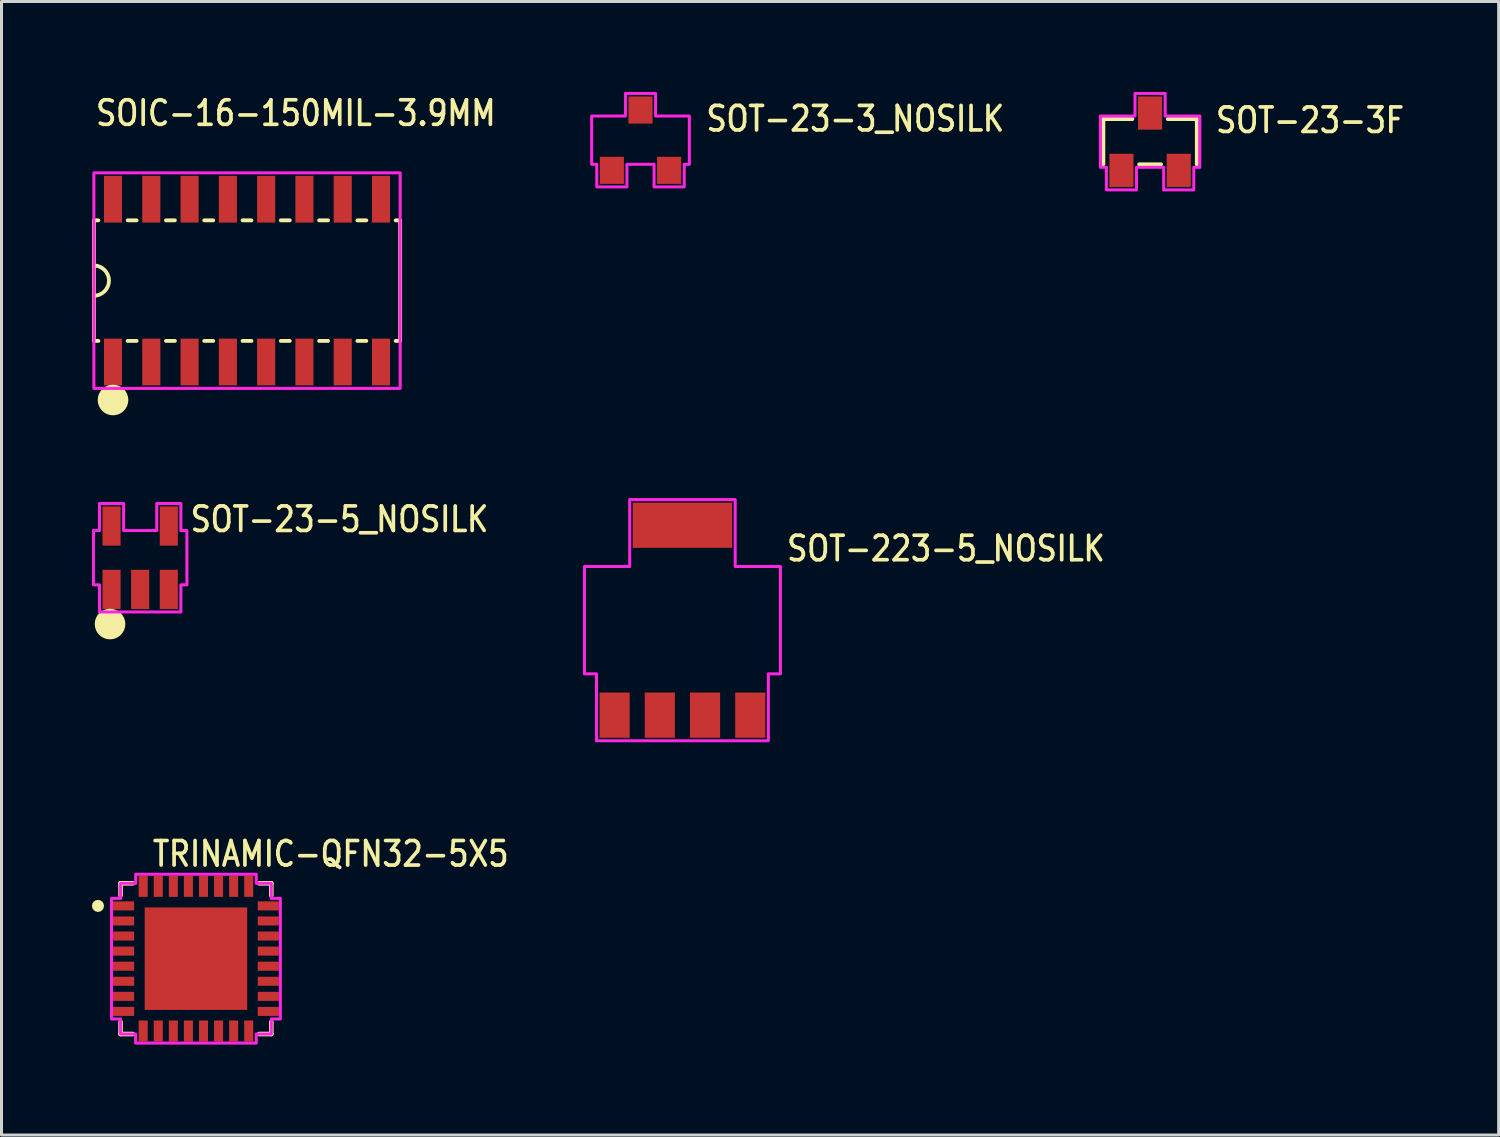
<source format=kicad_pcb>
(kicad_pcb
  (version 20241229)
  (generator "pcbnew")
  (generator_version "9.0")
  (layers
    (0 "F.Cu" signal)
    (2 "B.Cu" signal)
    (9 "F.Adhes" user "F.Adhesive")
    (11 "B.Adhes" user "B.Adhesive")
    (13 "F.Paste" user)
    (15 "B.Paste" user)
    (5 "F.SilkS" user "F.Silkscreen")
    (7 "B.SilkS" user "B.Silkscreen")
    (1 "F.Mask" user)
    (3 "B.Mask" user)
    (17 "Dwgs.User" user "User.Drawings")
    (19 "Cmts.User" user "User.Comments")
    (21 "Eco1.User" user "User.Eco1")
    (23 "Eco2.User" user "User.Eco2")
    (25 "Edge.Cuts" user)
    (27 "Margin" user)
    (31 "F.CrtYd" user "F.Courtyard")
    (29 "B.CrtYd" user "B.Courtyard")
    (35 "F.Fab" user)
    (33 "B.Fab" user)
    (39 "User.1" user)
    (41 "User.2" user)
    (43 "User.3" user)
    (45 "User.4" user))
  (footprint "SOT-23-5_NOSILK"
    (layer "F.Cu")
    (at 1.6 15.451)
    (property "Reference" "SOT-23-5_NOSILK" (at 1.6 -0.8 0) (unlocked yes) (layer "F.SilkS") (effects (font (size 0.813 0.695) (thickness 0.122)) (justify left bottom)))
    (fp_circle (center -1 2.2) (end -1 2.2) (stroke (width 0.508) (type solid)) (fill no) (layer "F.SilkS"))
    (fp_poly (pts (xy -1.35 -1.8) (xy -0.55 -1.8) (xy -0.55 -0.9) (xy 0.55 -0.9) (xy 0.55 -1.8) (xy 1.35 -1.8) (xy 1.35 -0.9) (xy 1.55 -0.9) (xy 1.55 0.9) (xy 1.35 0.9) (xy 1.35 1.8) (xy -1.35 1.8) (xy -1.35 0.9) (xy -1.55 0.9) (xy -1.55 -0.9) (xy -1.35 -0.9)) (stroke (width 0.1) (type solid)) (fill no) (layer "F.CrtYd"))
    (pad "P$1" smd rect (at -0.95 1.05) (size 0.6 1.3) (layers "F.Cu" "F.Mask" "F.Paste"))
    (pad "P$2" smd rect (at 0 1.05) (size 0.6 1.3) (layers "F.Cu" "F.Mask" "F.Paste"))
    (pad "P$3" smd rect (at 0.95 1.05) (size 0.6 1.3) (layers "F.Cu" "F.Mask" "F.Paste"))
    (pad "P$4" smd rect (at 0.95 -1.05) (size 0.6 1.3) (layers "F.Cu" "F.Mask" "F.Paste"))
    (pad "P$5" smd rect (at -0.95 -1.05) (size 0.6 1.3) (layers "F.Cu" "F.Mask" "F.Paste")))
  (footprint "SOT-23-3_NOSILK"
    (layer "F.Cu")
    (at 18.197 1.6)
    (property "Reference" "SOT-23-3_NOSILK" (at 2.115 -0.235 0) (unlocked yes) (layer "F.SilkS") (effects (font (size 0.813 0.695) (thickness 0.122)) (justify left bottom)))
    (fp_poly (pts (xy -0.5 -0.8) (xy -0.5 -1.55) (xy 0.5 -1.55) (xy 0.5 -0.8) (xy 1.62 -0.8) (xy 1.62 0.8) (xy 1.45 0.8) (xy 1.45 1.55) (xy 0.45 1.55) (xy 0.45 0.8) (xy -0.45 0.8) (xy -0.45 1.55) (xy -1.45 1.55) (xy -1.45 0.8) (xy -1.62 0.8) (xy -1.62 -0.8)) (stroke (width 0.1) (type solid)) (fill no) (layer "F.CrtYd"))
    (pad "P$1" smd rect (at -0.95 1) (size 0.8 0.9) (layers "F.Cu" "F.Mask" "F.Paste"))
    (pad "P$2" smd rect (at 0.95 1) (size 0.8 0.9) (layers "F.Cu" "F.Mask" "F.Paste"))
    (pad "P$3" smd rect (at 0 -1) (size 0.8 0.9) (layers "F.Cu" "F.Mask" "F.Paste")))
  (footprint "SOT-23-3F"
    (layer "F.Cu")
    (at 35.101 1.65)
    (property "Reference" "SOT-23-3F" (at 2.115 -0.235 0) (unlocked yes) (layer "F.SilkS") (effects (font (size 0.813 0.695) (thickness 0.122)) (justify left bottom)))
    (fp_line (start -1.55 -0.75) (end -1.55 0.75) (stroke (width 0.127) (type solid)) (layer "F.SilkS"))
    (fp_line (start -0.587 -0.75) (end -1.55 -0.75) (stroke (width 0.127) (type solid)) (layer "F.SilkS"))
    (fp_line (start -0.363 0.75) (end 0.363 0.75) (stroke (width 0.127) (type solid)) (layer "F.SilkS"))
    (fp_line (start 0.587 -0.75) (end 1.55 -0.75) (stroke (width 0.127) (type solid)) (layer "F.SilkS"))
    (fp_line (start 1.55 -0.75) (end 1.55 0.75) (stroke (width 0.127) (type solid)) (layer "F.SilkS"))
    (fp_poly (pts (xy -0.5 -0.85) (xy -0.5 -1.6) (xy 0.5 -1.6) (xy 0.5 -0.85) (xy 1.65 -0.85) (xy 1.65 0.85) (xy 1.45 0.85) (xy 1.45 1.6) (xy 0.45 1.6) (xy 0.45 0.85) (xy -0.45 0.85) (xy -0.45 1.6) (xy -1.45 1.6) (xy -1.45 0.85) (xy -1.65 0.85) (xy -1.65 -0.85)) (stroke (width 0.1) (type solid)) (fill no) (layer "F.CrtYd"))
    (pad "P$1" smd rect (at -0.95 0.95) (size 0.8 1.1) (layers "F.Cu" "F.Mask" "F.Paste"))
    (pad "P$2" smd rect (at 0.95 0.95) (size 0.8 1.1) (layers "F.Cu" "F.Mask" "F.Paste"))
    (pad "P$3" smd rect (at 0 -0.95) (size 0.8 1.1) (layers "F.Cu" "F.Mask" "F.Paste")))
  (footprint "TRINAMIC-QFN32-5X5"
    (layer "F.Cu")
    (at 3.45 28.751)
    (property "Reference" "TRINAMIC-QFN32-5X5" (at -1.5 -3 0) (unlocked yes) (layer "F.SilkS") (effects (font (size 0.813 0.695) (thickness 0.122)) (justify left bottom)))
    (fp_line (start -2.5 -2.5) (end -2.5 -2.099) (stroke (width 0.152) (type solid)) (layer "F.SilkS"))
    (fp_line (start -2.5 2.099) (end -2.5 2.5) (stroke (width 0.152) (type solid)) (layer "F.SilkS"))
    (fp_line (start -2.5 2.5) (end -2.099 2.5) (stroke (width 0.152) (type solid)) (layer "F.SilkS"))
    (fp_line (start -2.099 -2.5) (end -2.5 -2.5) (stroke (width 0.152) (type solid)) (layer "F.SilkS"))
    (fp_line (start 2.099 2.5) (end 2.5 2.5) (stroke (width 0.152) (type solid)) (layer "F.SilkS"))
    (fp_line (start 2.5 -2.5) (end 2.099 -2.5) (stroke (width 0.152) (type solid)) (layer "F.SilkS"))
    (fp_line (start 2.5 -2.099) (end 2.5 -2.5) (stroke (width 0.152) (type solid)) (layer "F.SilkS"))
    (fp_line (start 2.5 2.5) (end 2.5 2.099) (stroke (width 0.152) (type solid)) (layer "F.SilkS"))
    (fp_circle (center -3.25 -1.75) (end -3.15 -1.75) (stroke (width 0.2) (type solid)) (fill no) (layer "F.SilkS"))
    (fp_poly (pts (xy -2.5 -2.5) (xy -2 -2.5) (xy -2 -2.8) (xy 2 -2.8) (xy 2 -2.5) (xy 2.5 -2.5) (xy 2.5 -2) (xy 2.8 -2) (xy 2.8 2) (xy 2.5 2) (xy 2.5 2.5) (xy 2 2.5) (xy 2 2.8) (xy -2 2.8) (xy -2 2.5) (xy -2.5 2.5) (xy -2.5 2) (xy -2.8 2) (xy -2.8 -2) (xy -2.5 -2)) (stroke (width 0.1) (type solid)) (fill no) (layer "F.CrtYd"))
    (pad "P$1" smd rect (at -2.4 -1.75) (size 0.7 0.3) (layers "F.Cu" "F.Mask" "F.Paste"))
    (pad "P$2" smd rect (at -2.4 -1.25) (size 0.7 0.3) (layers "F.Cu" "F.Mask" "F.Paste"))
    (pad "P$3" smd rect (at -2.4 -0.75) (size 0.7 0.3) (layers "F.Cu" "F.Mask" "F.Paste"))
    (pad "P$4" smd rect (at -2.4 -0.25) (size 0.7 0.3) (layers "F.Cu" "F.Mask" "F.Paste"))
    (pad "P$5" smd rect (at -2.4 0.25) (size 0.7 0.3) (layers "F.Cu" "F.Mask" "F.Paste"))
    (pad "P$6" smd rect (at -2.4 0.75) (size 0.7 0.3) (layers "F.Cu" "F.Mask" "F.Paste"))
    (pad "P$7" smd rect (at -2.4 1.25) (size 0.7 0.3) (layers "F.Cu" "F.Mask" "F.Paste"))
    (pad "P$8" smd rect (at -2.4 1.75) (size 0.7 0.3) (layers "F.Cu" "F.Mask" "F.Paste"))
    (pad "P$9" smd rect (at -1.75 2.4 270) (size 0.7 0.3) (layers "F.Cu" "F.Mask" "F.Paste"))
    (pad "P$10" smd rect (at -1.25 2.4 270) (size 0.7 0.3) (layers "F.Cu" "F.Mask" "F.Paste"))
    (pad "P$11" smd rect (at -0.75 2.4 270) (size 0.7 0.3) (layers "F.Cu" "F.Mask" "F.Paste"))
    (pad "P$12" smd rect (at -0.25 2.4 270) (size 0.7 0.3) (layers "F.Cu" "F.Mask" "F.Paste"))
    (pad "P$13" smd rect (at 0.25 2.4 270) (size 0.7 0.3) (layers "F.Cu" "F.Mask" "F.Paste"))
    (pad "P$14" smd rect (at 0.75 2.4 270) (size 0.7 0.3) (layers "F.Cu" "F.Mask" "F.Paste"))
    (pad "P$15" smd rect (at 1.25 2.4 270) (size 0.7 0.3) (layers "F.Cu" "F.Mask" "F.Paste"))
    (pad "P$16" smd rect (at 1.75 2.4 270) (size 0.7 0.3) (layers "F.Cu" "F.Mask" "F.Paste"))
    (pad "P$17" smd rect (at 2.4 1.75 180) (size 0.7 0.3) (layers "F.Cu" "F.Mask" "F.Paste"))
    (pad "P$18" smd rect (at 2.4 1.25 180) (size 0.7 0.3) (layers "F.Cu" "F.Mask" "F.Paste"))
    (pad "P$19" smd rect (at 2.4 0.75 180) (size 0.7 0.3) (layers "F.Cu" "F.Mask" "F.Paste"))
    (pad "P$20" smd rect (at 2.4 0.25 180) (size 0.7 0.3) (layers "F.Cu" "F.Mask" "F.Paste"))
    (pad "P$21" smd rect (at 2.4 -0.25 180) (size 0.7 0.3) (layers "F.Cu" "F.Mask" "F.Paste"))
    (pad "P$22" smd rect (at 2.4 -0.75 180) (size 0.7 0.3) (layers "F.Cu" "F.Mask" "F.Paste"))
    (pad "P$23" smd rect (at 2.4 -1.25 180) (size 0.7 0.3) (layers "F.Cu" "F.Mask" "F.Paste"))
    (pad "P$24" smd rect (at 2.4 -1.75 180) (size 0.7 0.3) (layers "F.Cu" "F.Mask" "F.Paste"))
    (pad "P$25" smd rect (at 1.75 -2.4 90) (size 0.7 0.3) (layers "F.Cu" "F.Mask" "F.Paste"))
    (pad "P$26" smd rect (at 1.25 -2.4 90) (size 0.7 0.3) (layers "F.Cu" "F.Mask" "F.Paste"))
    (pad "P$27" smd rect (at 0.75 -2.4 90) (size 0.7 0.3) (layers "F.Cu" "F.Mask" "F.Paste"))
    (pad "P$28" smd rect (at 0.25 -2.4 90) (size 0.7 0.3) (layers "F.Cu" "F.Mask" "F.Paste"))
    (pad "P$29" smd rect (at -0.25 -2.4 90) (size 0.7 0.3) (layers "F.Cu" "F.Mask" "F.Paste"))
    (pad "P$30" smd rect (at -0.75 -2.4 90) (size 0.7 0.3) (layers "F.Cu" "F.Mask" "F.Paste"))
    (pad "P$31" smd rect (at -1.25 -2.4 90) (size 0.7 0.3) (layers "F.Cu" "F.Mask" "F.Paste"))
    (pad "P$32" smd rect (at -1.75 -2.4 90) (size 0.7 0.3) (layers "F.Cu" "F.Mask" "F.Paste"))
    (pad "P$33" smd rect (at 0 0) (size 3.4 3.4) (layers "F.Cu" "F.Mask" "F.Paste")))
  (footprint "SOT-223-5_NOSILK"
    (layer "F.Cu")
    (at 19.588 17.523)
    (property "Reference" "SOT-223-5_NOSILK" (at 3.4 -1.9 0) (unlocked yes) (layer "F.SilkS") (effects (font (size 0.813 0.695) (thickness 0.122)) (justify left bottom)))
    (fp_poly (pts (xy -1.75 -4) (xy 1.75 -4) (xy 1.75 -1.78) (xy 3.25 -1.78) (xy 3.25 1.78) (xy 2.85 1.78) (xy 2.85 4) (xy -2.85 4) (xy -2.85 1.78) (xy -3.25 1.78) (xy -3.25 -1.78) (xy -1.75 -1.78)) (stroke (width 0.1) (type solid)) (fill no) (layer "F.CrtYd"))
    (pad "P$1" smd rect (at -2.25 3.15) (size 1 1.5) (layers "F.Cu" "F.Mask" "F.Paste"))
    (pad "P$2" smd rect (at -0.75 3.15) (size 1 1.5) (layers "F.Cu" "F.Mask" "F.Paste"))
    (pad "P$3" smd rect (at 0.75 3.15) (size 1 1.5) (layers "F.Cu" "F.Mask" "F.Paste"))
    (pad "P$4" smd rect (at 2.25 3.15) (size 1 1.5) (layers "F.Cu" "F.Mask" "F.Paste"))
    (pad "P$5" smd rect (at 0 -3.15) (size 3.3 1.5) (layers "F.Cu" "F.Mask" "F.Paste")))
  (footprint "SOIC-16-150MIL-3.9MM"
    (layer "F.Cu")
    (at 5.144 6.259)
    (property "Reference" "SOIC-16-150MIL-3.9MM" (at -5.08 -5.08 0) (unlocked yes) (layer "F.SilkS") (effects (font (size 0.813 0.695) (thickness 0.122)) (justify left bottom)))
    (fp_line (start -5.08 -2) (end -5.08 -0.5) (stroke (width 0.127) (type solid)) (layer "F.SilkS"))
    (fp_line (start -5.08 -2) (end -4.931 -2) (stroke (width 0.127) (type solid)) (layer "F.SilkS"))
    (fp_line (start -5.08 -0.5) (end -5.08 0.5) (stroke (width 0.127) (type solid)) (layer "F.SilkS"))
    (fp_line (start -5.08 0.5) (end -5.08 2) (stroke (width 0.127) (type solid)) (layer "F.SilkS"))
    (fp_line (start -5.08 2) (end -4.931 2) (stroke (width 0.127) (type solid)) (layer "F.SilkS"))
    (fp_line (start -3.958 -2) (end -3.662 -2) (stroke (width 0.127) (type solid)) (layer "F.SilkS"))
    (fp_line (start -3.958 2) (end -3.662 2) (stroke (width 0.127) (type solid)) (layer "F.SilkS"))
    (fp_line (start -2.688 -2) (end -2.392 -2) (stroke (width 0.127) (type solid)) (layer "F.SilkS"))
    (fp_line (start -2.688 2) (end -2.392 2) (stroke (width 0.127) (type solid)) (layer "F.SilkS"))
    (fp_line (start -1.419 -2) (end -1.121 -2) (stroke (width 0.127) (type solid)) (layer "F.SilkS"))
    (fp_line (start -1.419 2) (end -1.121 2) (stroke (width 0.127) (type solid)) (layer "F.SilkS"))
    (fp_line (start -0.148 -2) (end 0.148 -2) (stroke (width 0.127) (type solid)) (layer "F.SilkS"))
    (fp_line (start -0.148 2) (end 0.148 2) (stroke (width 0.127) (type solid)) (layer "F.SilkS"))
    (fp_line (start 1.121 -2) (end 1.419 -2) (stroke (width 0.127) (type solid)) (layer "F.SilkS"))
    (fp_line (start 1.121 2) (end 1.419 2) (stroke (width 0.127) (type solid)) (layer "F.SilkS"))
    (fp_line (start 2.392 -2) (end 2.688 -2) (stroke (width 0.127) (type solid)) (layer "F.SilkS"))
    (fp_line (start 2.392 2) (end 2.688 2) (stroke (width 0.127) (type solid)) (layer "F.SilkS"))
    (fp_line (start 3.662 -2) (end 3.958 -2) (stroke (width 0.127) (type solid)) (layer "F.SilkS"))
    (fp_line (start 3.662 2) (end 3.958 2) (stroke (width 0.127) (type solid)) (layer "F.SilkS"))
    (fp_line (start 4.931 -2) (end 5.08 -2) (stroke (width 0.127) (type solid)) (layer "F.SilkS"))
    (fp_line (start 4.931 2) (end 5.08 2) (stroke (width 0.127) (type solid)) (layer "F.SilkS"))
    (fp_line (start 5.08 -2) (end 5.08 2) (stroke (width 0.127) (type solid)) (layer "F.SilkS"))
    (fp_arc (start -5.08 -0.5) (mid -4.58 0) (end -5.08 0.5) (stroke (width 0.127) (type solid)) (layer "F.SilkS"))
    (fp_circle (center -4.445 3.96) (end -4.445 3.96) (stroke (width 0.508) (type solid)) (fill no) (layer "F.SilkS"))
    (fp_poly (pts (xy -5.08 3.575) (xy 5.08 3.575) (xy 5.08 -3.575) (xy -5.08 -3.575)) (stroke (width 0.1) (type solid)) (fill no) (layer "F.CrtYd"))
    (pad "P$1" smd rect (at -4.445 2.7) (size 0.6 1.55) (layers "F.Cu" "F.Mask" "F.Paste"))
    (pad "P$2" smd rect (at -3.175 2.7) (size 0.6 1.55) (layers "F.Cu" "F.Mask" "F.Paste"))
    (pad "P$3" smd rect (at -1.905 2.7) (size 0.6 1.55) (layers "F.Cu" "F.Mask" "F.Paste"))
    (pad "P$4" smd rect (at -0.635 2.7) (size 0.6 1.55) (layers "F.Cu" "F.Mask" "F.Paste"))
    (pad "P$5" smd rect (at 0.635 2.7) (size 0.6 1.55) (layers "F.Cu" "F.Mask" "F.Paste"))
    (pad "P$6" smd rect (at 1.905 2.7) (size 0.6 1.55) (layers "F.Cu" "F.Mask" "F.Paste"))
    (pad "P$7" smd rect (at 3.175 2.7) (size 0.6 1.55) (layers "F.Cu" "F.Mask" "F.Paste"))
    (pad "P$8" smd rect (at 4.445 2.7) (size 0.6 1.55) (layers "F.Cu" "F.Mask" "F.Paste"))
    (pad "P$9" smd rect (at 4.445 -2.7) (size 0.6 1.55) (layers "F.Cu" "F.Mask" "F.Paste"))
    (pad "P$10" smd rect (at 3.175 -2.7) (size 0.6 1.55) (layers "F.Cu" "F.Mask" "F.Paste"))
    (pad "P$11" smd rect (at 1.905 -2.7) (size 0.6 1.55) (layers "F.Cu" "F.Mask" "F.Paste"))
    (pad "P$12" smd rect (at 0.635 -2.7) (size 0.6 1.55) (layers "F.Cu" "F.Mask" "F.Paste"))
    (pad "P$13" smd rect (at -0.635 -2.7) (size 0.6 1.55) (layers "F.Cu" "F.Mask" "F.Paste"))
    (pad "P$14" smd rect (at -1.905 -2.7) (size 0.6 1.55) (layers "F.Cu" "F.Mask" "F.Paste"))
    (pad "P$15" smd rect (at -3.175 -2.7) (size 0.6 1.55) (layers "F.Cu" "F.Mask" "F.Paste"))
    (pad "P$16" smd rect (at -4.445 -2.7) (size 0.6 1.55) (layers "F.Cu" "F.Mask" "F.Paste")))
  (gr_rect
    (start -3 -3)
    (end 46.664 34.601)
    (stroke (width 0.1) (type default))
    (fill no)
    (layer "Edge.Cuts")))
</source>
